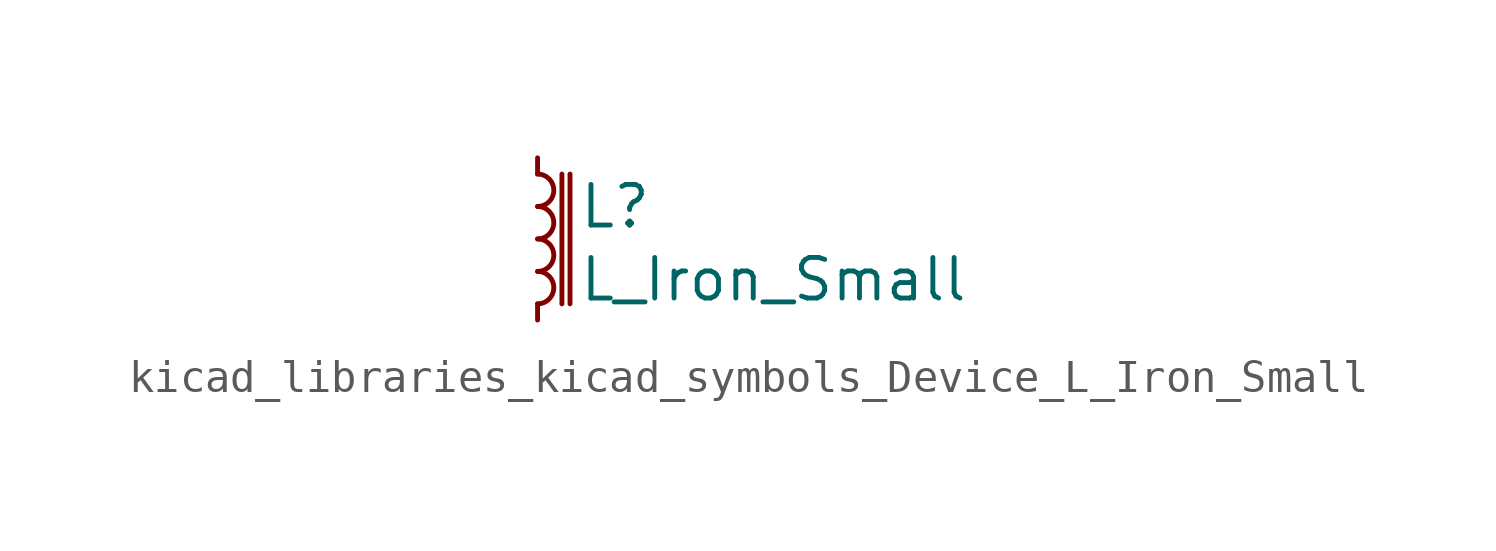
<source format=kicad_sym>
(kicad_symbol_lib
  (version 20220914)
  (generator kicad_symbol_editor)
  (symbol "kicad_libraries_kicad_symbols_Device_L_Iron_Small"
    (pin_numbers hide)
    (pin_names
      (offset 0.254) hide)
    (property "Reference" "L"
      (at 1.27 1.016 0)
      (effects (font (size 1.27 1.27)) (justify left)))
    (property "Value" "L_Iron_Small"
      (at 1.27 -1.27 0)
      (effects (font (size 1.27 1.27)) (justify left)))
    (symbol "kicad_libraries_kicad_symbols_Device_L_Iron_Small_0_1"
      (arc (start 0 -2.032) (mid 0.5058 -1.524) (end 0 -1.016) (stroke (width 0) (type default)) (fill (type none)))
      (arc (start 0 -1.016) (mid 0.5058 -0.508) (end 0 0) (stroke (width 0) (type default)) (fill (type none)))
      (polyline (pts (xy 0.762 2.032) (xy 0.762 -2.032)) (stroke (width 0) (type default)) (fill (type none)))
      (polyline (pts (xy 1.016 -2.032) (xy 1.016 2.032)) (stroke (width 0) (type default)) (fill (type none)))
      (arc (start 0 0) (mid 0.5058 0.508) (end 0 1.016) (stroke (width 0) (type default)) (fill (type none)))
      (arc (start 0 1.016) (mid 0.5058 1.524) (end 0 2.032) (stroke (width 0) (type default)) (fill (type none))))
    (symbol "kicad_libraries_kicad_symbols_Device_L_Iron_Small_1_1"
      (pin passive line (at 0 2.54 270) (length 0.508) (name "~" (effects (font (size 1.27 1.27)))) (number "1" (effects (font (size 1.27 1.27)))))
      (pin passive line (at 0 -2.54 90) (length 0.508) (name "~" (effects (font (size 1.27 1.27)))) (number "2" (effects (font (size 1.27 1.27))))))))
</source>
